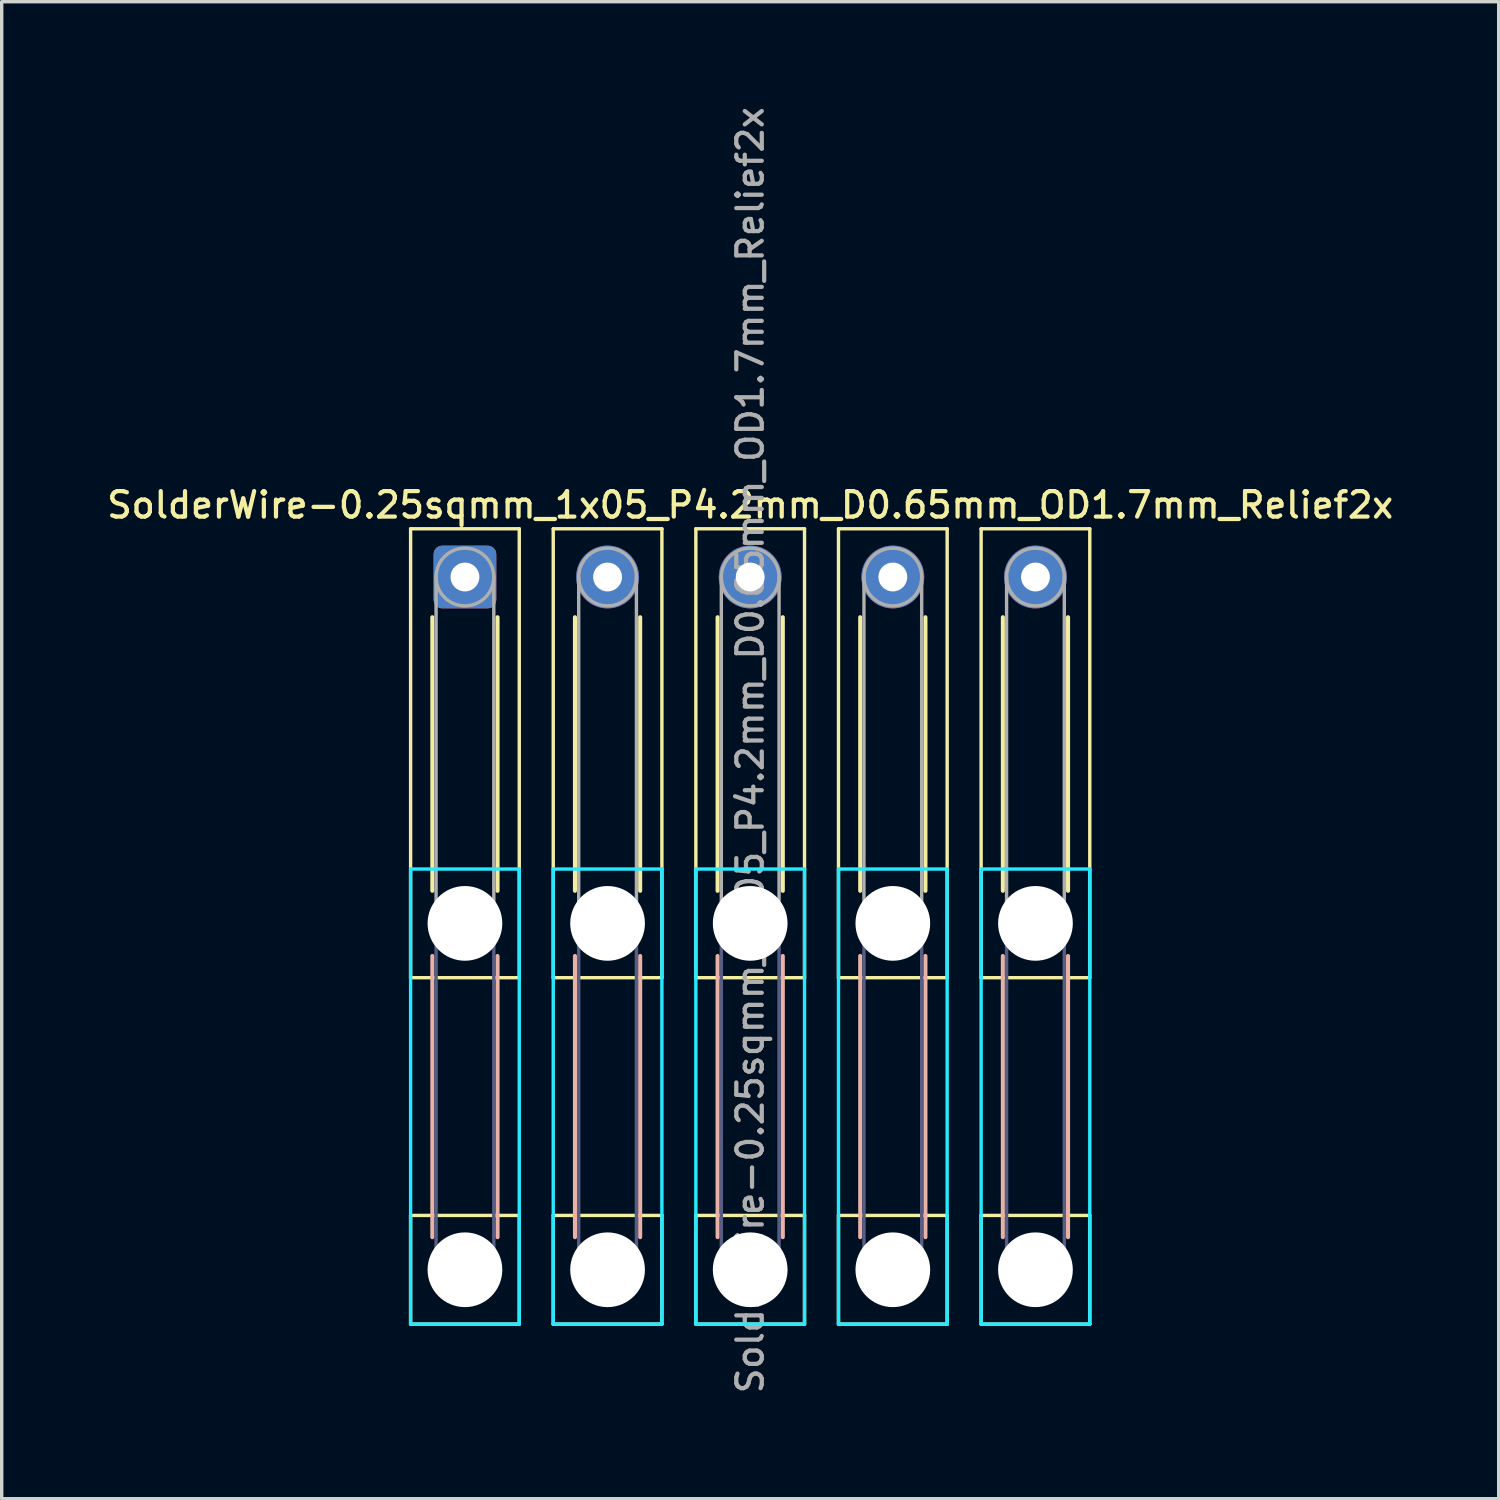
<source format=kicad_pcb>
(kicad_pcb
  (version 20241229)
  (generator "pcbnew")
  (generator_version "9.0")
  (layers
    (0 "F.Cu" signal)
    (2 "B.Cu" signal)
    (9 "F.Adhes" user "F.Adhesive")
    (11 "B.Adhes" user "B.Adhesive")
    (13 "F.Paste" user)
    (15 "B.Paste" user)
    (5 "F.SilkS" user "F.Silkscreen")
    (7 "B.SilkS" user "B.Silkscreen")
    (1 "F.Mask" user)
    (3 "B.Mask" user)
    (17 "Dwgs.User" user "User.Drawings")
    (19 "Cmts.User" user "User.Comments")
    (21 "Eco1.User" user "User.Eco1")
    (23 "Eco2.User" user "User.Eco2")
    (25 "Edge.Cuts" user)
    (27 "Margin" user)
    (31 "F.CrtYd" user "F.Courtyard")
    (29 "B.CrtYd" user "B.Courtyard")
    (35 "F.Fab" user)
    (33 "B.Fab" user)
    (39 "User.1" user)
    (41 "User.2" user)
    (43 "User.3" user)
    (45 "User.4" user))
  (footprint "SolderWire-0.25sqmm_1x05_P4.2mm_D0.65mm_OD1.7mm_Relief2x"
    (layer "F.Cu")
    (at 10.641 13.941)
    (property "Reference" "SolderWire-0.25sqmm_1x05_P4.2mm_D0.65mm_OD1.7mm_Relief2x" (at 8.4 -2.12 0) (layer "F.SilkS") (effects (font (size 0.75 0.75) (thickness 0.125))))
    (attr exclude_from_pos_files exclude_from_bom)
    (fp_line (start -1.6 -1.42) (end -1.6 11.8) (stroke (width 0.1) (type solid)) (layer "F.SilkS"))
    (fp_line (start -1.6 11.8) (end 1.6 11.8) (stroke (width 0.1) (type solid)) (layer "F.SilkS"))
    (fp_line (start -1.6 18.8) (end -1.6 22) (stroke (width 0.1) (type solid)) (layer "F.SilkS"))
    (fp_line (start -1.6 22) (end 1.6 22) (stroke (width 0.1) (type solid)) (layer "F.SilkS"))
    (fp_line (start -0.96 1.185) (end -0.96 9.24) (stroke (width 0.12) (type solid)) (layer "F.SilkS"))
    (fp_line (start 0.96 1.185) (end 0.96 9.24) (stroke (width 0.12) (type solid)) (layer "F.SilkS"))
    (fp_line (start 1.6 -1.42) (end -1.6 -1.42) (stroke (width 0.1) (type solid)) (layer "F.SilkS"))
    (fp_line (start 1.6 11.8) (end 1.6 -1.42) (stroke (width 0.1) (type solid)) (layer "F.SilkS"))
    (fp_line (start 1.6 18.8) (end -1.6 18.8) (stroke (width 0.1) (type solid)) (layer "F.SilkS"))
    (fp_line (start 1.6 22) (end 1.6 18.8) (stroke (width 0.1) (type solid)) (layer "F.SilkS"))
    (fp_line (start 2.6 -1.42) (end 2.6 11.8) (stroke (width 0.1) (type solid)) (layer "F.SilkS"))
    (fp_line (start 2.6 11.8) (end 5.8 11.8) (stroke (width 0.1) (type solid)) (layer "F.SilkS"))
    (fp_line (start 2.6 18.8) (end 2.6 22) (stroke (width 0.1) (type solid)) (layer "F.SilkS"))
    (fp_line (start 2.6 22) (end 5.8 22) (stroke (width 0.1) (type solid)) (layer "F.SilkS"))
    (fp_line (start 3.24 1.185) (end 3.24 9.24) (stroke (width 0.12) (type solid)) (layer "F.SilkS"))
    (fp_line (start 5.16 1.185) (end 5.16 9.24) (stroke (width 0.12) (type solid)) (layer "F.SilkS"))
    (fp_line (start 5.8 -1.42) (end 2.6 -1.42) (stroke (width 0.1) (type solid)) (layer "F.SilkS"))
    (fp_line (start 5.8 11.8) (end 5.8 -1.42) (stroke (width 0.1) (type solid)) (layer "F.SilkS"))
    (fp_line (start 5.8 18.8) (end 2.6 18.8) (stroke (width 0.1) (type solid)) (layer "F.SilkS"))
    (fp_line (start 5.8 22) (end 5.8 18.8) (stroke (width 0.1) (type solid)) (layer "F.SilkS"))
    (fp_line (start 6.8 -1.42) (end 6.8 11.8) (stroke (width 0.1) (type solid)) (layer "F.SilkS"))
    (fp_line (start 6.8 11.8) (end 10 11.8) (stroke (width 0.1) (type solid)) (layer "F.SilkS"))
    (fp_line (start 6.8 18.8) (end 6.8 22) (stroke (width 0.1) (type solid)) (layer "F.SilkS"))
    (fp_line (start 6.8 22) (end 10 22) (stroke (width 0.1) (type solid)) (layer "F.SilkS"))
    (fp_line (start 7.44 1.185) (end 7.44 9.24) (stroke (width 0.12) (type solid)) (layer "F.SilkS"))
    (fp_line (start 9.36 1.185) (end 9.36 9.24) (stroke (width 0.12) (type solid)) (layer "F.SilkS"))
    (fp_line (start 10 -1.42) (end 6.8 -1.42) (stroke (width 0.1) (type solid)) (layer "F.SilkS"))
    (fp_line (start 10 11.8) (end 10 -1.42) (stroke (width 0.1) (type solid)) (layer "F.SilkS"))
    (fp_line (start 10 18.8) (end 6.8 18.8) (stroke (width 0.1) (type solid)) (layer "F.SilkS"))
    (fp_line (start 10 22) (end 10 18.8) (stroke (width 0.1) (type solid)) (layer "F.SilkS"))
    (fp_line (start 11 -1.42) (end 11 11.8) (stroke (width 0.1) (type solid)) (layer "F.SilkS"))
    (fp_line (start 11 11.8) (end 14.2 11.8) (stroke (width 0.1) (type solid)) (layer "F.SilkS"))
    (fp_line (start 11 18.8) (end 11 22) (stroke (width 0.1) (type solid)) (layer "F.SilkS"))
    (fp_line (start 11 22) (end 14.2 22) (stroke (width 0.1) (type solid)) (layer "F.SilkS"))
    (fp_line (start 11.64 1.185) (end 11.64 9.24) (stroke (width 0.12) (type solid)) (layer "F.SilkS"))
    (fp_line (start 13.56 1.185) (end 13.56 9.24) (stroke (width 0.12) (type solid)) (layer "F.SilkS"))
    (fp_line (start 14.2 -1.42) (end 11 -1.42) (stroke (width 0.1) (type solid)) (layer "F.SilkS"))
    (fp_line (start 14.2 11.8) (end 14.2 -1.42) (stroke (width 0.1) (type solid)) (layer "F.SilkS"))
    (fp_line (start 14.2 18.8) (end 11 18.8) (stroke (width 0.1) (type solid)) (layer "F.SilkS"))
    (fp_line (start 14.2 22) (end 14.2 18.8) (stroke (width 0.1) (type solid)) (layer "F.SilkS"))
    (fp_line (start 15.2 -1.42) (end 15.2 11.8) (stroke (width 0.1) (type solid)) (layer "F.SilkS"))
    (fp_line (start 15.2 11.8) (end 18.4 11.8) (stroke (width 0.1) (type solid)) (layer "F.SilkS"))
    (fp_line (start 15.2 18.8) (end 15.2 22) (stroke (width 0.1) (type solid)) (layer "F.SilkS"))
    (fp_line (start 15.2 22) (end 18.4 22) (stroke (width 0.1) (type solid)) (layer "F.SilkS"))
    (fp_line (start 15.84 1.185) (end 15.84 9.24) (stroke (width 0.12) (type solid)) (layer "F.SilkS"))
    (fp_line (start 17.76 1.185) (end 17.76 9.24) (stroke (width 0.12) (type solid)) (layer "F.SilkS"))
    (fp_line (start 18.4 -1.42) (end 15.2 -1.42) (stroke (width 0.1) (type solid)) (layer "F.SilkS"))
    (fp_line (start 18.4 11.8) (end 18.4 -1.42) (stroke (width 0.1) (type solid)) (layer "F.SilkS"))
    (fp_line (start 18.4 18.8) (end 15.2 18.8) (stroke (width 0.1) (type solid)) (layer "F.SilkS"))
    (fp_line (start 18.4 22) (end 18.4 18.8) (stroke (width 0.1) (type solid)) (layer "F.SilkS"))
    (fp_line (start -0.96 11.16) (end -0.96 19.44) (stroke (width 0.12) (type solid)) (layer "B.SilkS"))
    (fp_line (start 0.96 11.16) (end 0.96 19.44) (stroke (width 0.12) (type solid)) (layer "B.SilkS"))
    (fp_line (start 3.24 11.16) (end 3.24 19.44) (stroke (width 0.12) (type solid)) (layer "B.SilkS"))
    (fp_line (start 5.16 11.16) (end 5.16 19.44) (stroke (width 0.12) (type solid)) (layer "B.SilkS"))
    (fp_line (start 7.44 11.16) (end 7.44 19.44) (stroke (width 0.12) (type solid)) (layer "B.SilkS"))
    (fp_line (start 9.36 11.16) (end 9.36 19.44) (stroke (width 0.12) (type solid)) (layer "B.SilkS"))
    (fp_line (start 11.64 11.16) (end 11.64 19.44) (stroke (width 0.12) (type solid)) (layer "B.SilkS"))
    (fp_line (start 13.56 11.16) (end 13.56 19.44) (stroke (width 0.12) (type solid)) (layer "B.SilkS"))
    (fp_line (start 15.84 11.16) (end 15.84 19.44) (stroke (width 0.12) (type solid)) (layer "B.SilkS"))
    (fp_line (start 17.76 11.16) (end 17.76 19.44) (stroke (width 0.12) (type solid)) (layer "B.SilkS"))
    (fp_line (start -1.6 8.6) (end -1.6 22) (stroke (width 0.1) (type solid)) (layer "B.CrtYd"))
    (fp_line (start -1.6 22) (end 1.6 22) (stroke (width 0.1) (type solid)) (layer "B.CrtYd"))
    (fp_line (start 1.6 8.6) (end -1.6 8.6) (stroke (width 0.1) (type solid)) (layer "B.CrtYd"))
    (fp_line (start 1.6 22) (end 1.6 8.6) (stroke (width 0.1) (type solid)) (layer "B.CrtYd"))
    (fp_line (start 2.6 8.6) (end 2.6 22) (stroke (width 0.1) (type solid)) (layer "B.CrtYd"))
    (fp_line (start 2.6 22) (end 5.8 22) (stroke (width 0.1) (type solid)) (layer "B.CrtYd"))
    (fp_line (start 5.8 8.6) (end 2.6 8.6) (stroke (width 0.1) (type solid)) (layer "B.CrtYd"))
    (fp_line (start 5.8 22) (end 5.8 8.6) (stroke (width 0.1) (type solid)) (layer "B.CrtYd"))
    (fp_line (start 6.8 8.6) (end 6.8 22) (stroke (width 0.1) (type solid)) (layer "B.CrtYd"))
    (fp_line (start 6.8 22) (end 10 22) (stroke (width 0.1) (type solid)) (layer "B.CrtYd"))
    (fp_line (start 10 8.6) (end 6.8 8.6) (stroke (width 0.1) (type solid)) (layer "B.CrtYd"))
    (fp_line (start 10 22) (end 10 8.6) (stroke (width 0.1) (type solid)) (layer "B.CrtYd"))
    (fp_line (start 11 8.6) (end 11 22) (stroke (width 0.1) (type solid)) (layer "B.CrtYd"))
    (fp_line (start 11 22) (end 14.2 22) (stroke (width 0.1) (type solid)) (layer "B.CrtYd"))
    (fp_line (start 14.2 8.6) (end 11 8.6) (stroke (width 0.1) (type solid)) (layer "B.CrtYd"))
    (fp_line (start 14.2 22) (end 14.2 8.6) (stroke (width 0.1) (type solid)) (layer "B.CrtYd"))
    (fp_line (start 15.2 8.6) (end 15.2 22) (stroke (width 0.1) (type solid)) (layer "B.CrtYd"))
    (fp_line (start 15.2 22) (end 18.4 22) (stroke (width 0.1) (type solid)) (layer "B.CrtYd"))
    (fp_line (start 18.4 8.6) (end 15.2 8.6) (stroke (width 0.1) (type solid)) (layer "B.CrtYd"))
    (fp_line (start 18.4 22) (end 18.4 8.6) (stroke (width 0.1) (type solid)) (layer "B.CrtYd"))
    (fp_line (start -0.85 10.2) (end -0.85 20.4) (stroke (width 0.1) (type solid)) (layer "B.Fab"))
    (fp_line (start 0.85 10.2) (end 0.85 20.4) (stroke (width 0.1) (type solid)) (layer "B.Fab"))
    (fp_line (start 3.35 10.2) (end 3.35 20.4) (stroke (width 0.1) (type solid)) (layer "B.Fab"))
    (fp_line (start 5.05 10.2) (end 5.05 20.4) (stroke (width 0.1) (type solid)) (layer "B.Fab"))
    (fp_line (start 7.55 10.2) (end 7.55 20.4) (stroke (width 0.1) (type solid)) (layer "B.Fab"))
    (fp_line (start 9.25 10.2) (end 9.25 20.4) (stroke (width 0.1) (type solid)) (layer "B.Fab"))
    (fp_line (start 11.75 10.2) (end 11.75 20.4) (stroke (width 0.1) (type solid)) (layer "B.Fab"))
    (fp_line (start 13.45 10.2) (end 13.45 20.4) (stroke (width 0.1) (type solid)) (layer "B.Fab"))
    (fp_line (start 15.95 10.2) (end 15.95 20.4) (stroke (width 0.1) (type solid)) (layer "B.Fab"))
    (fp_line (start 17.65 10.2) (end 17.65 20.4) (stroke (width 0.1) (type solid)) (layer "B.Fab"))
    (fp_circle (center 0 10.2) (end 0.85 10.2) (stroke (width 0.1) (type solid)) (fill no) (layer "B.Fab"))
    (fp_circle (center 0 20.4) (end 0.85 20.4) (stroke (width 0.1) (type solid)) (fill no) (layer "B.Fab"))
    (fp_circle (center 4.2 10.2) (end 5.05 10.2) (stroke (width 0.1) (type solid)) (fill no) (layer "B.Fab"))
    (fp_circle (center 4.2 20.4) (end 5.05 20.4) (stroke (width 0.1) (type solid)) (fill no) (layer "B.Fab"))
    (fp_circle (center 8.4 10.2) (end 9.25 10.2) (stroke (width 0.1) (type solid)) (fill no) (layer "B.Fab"))
    (fp_circle (center 8.4 20.4) (end 9.25 20.4) (stroke (width 0.1) (type solid)) (fill no) (layer "B.Fab"))
    (fp_circle (center 12.6 10.2) (end 13.45 10.2) (stroke (width 0.1) (type solid)) (fill no) (layer "B.Fab"))
    (fp_circle (center 12.6 20.4) (end 13.45 20.4) (stroke (width 0.1) (type solid)) (fill no) (layer "B.Fab"))
    (fp_circle (center 16.8 10.2) (end 17.65 10.2) (stroke (width 0.1) (type solid)) (fill no) (layer "B.Fab"))
    (fp_circle (center 16.8 20.4) (end 17.65 20.4) (stroke (width 0.1) (type solid)) (fill no) (layer "B.Fab"))
    (fp_line (start -0.85 0) (end -0.85 10.2) (stroke (width 0.1) (type solid)) (layer "F.Fab"))
    (fp_line (start 0.85 0) (end 0.85 10.2) (stroke (width 0.1) (type solid)) (layer "F.Fab"))
    (fp_line (start 3.35 0) (end 3.35 10.2) (stroke (width 0.1) (type solid)) (layer "F.Fab"))
    (fp_line (start 5.05 0) (end 5.05 10.2) (stroke (width 0.1) (type solid)) (layer "F.Fab"))
    (fp_line (start 7.55 0) (end 7.55 10.2) (stroke (width 0.1) (type solid)) (layer "F.Fab"))
    (fp_line (start 9.25 0) (end 9.25 10.2) (stroke (width 0.1) (type solid)) (layer "F.Fab"))
    (fp_line (start 11.75 0) (end 11.75 10.2) (stroke (width 0.1) (type solid)) (layer "F.Fab"))
    (fp_line (start 13.45 0) (end 13.45 10.2) (stroke (width 0.1) (type solid)) (layer "F.Fab"))
    (fp_line (start 15.95 0) (end 15.95 10.2) (stroke (width 0.1) (type solid)) (layer "F.Fab"))
    (fp_line (start 17.65 0) (end 17.65 10.2) (stroke (width 0.1) (type solid)) (layer "F.Fab"))
    (fp_circle (center 0 0) (end 0.85 0) (stroke (width 0.1) (type solid)) (fill no) (layer "F.Fab"))
    (fp_circle (center 0 10.2) (end 0.85 10.2) (stroke (width 0.1) (type solid)) (fill no) (layer "F.Fab"))
    (fp_circle (center 0 20.4) (end 0.85 20.4) (stroke (width 0.1) (type solid)) (fill no) (layer "F.Fab"))
    (fp_circle (center 4.2 0) (end 5.05 0) (stroke (width 0.1) (type solid)) (fill no) (layer "F.Fab"))
    (fp_circle (center 4.2 10.2) (end 5.05 10.2) (stroke (width 0.1) (type solid)) (fill no) (layer "F.Fab"))
    (fp_circle (center 4.2 20.4) (end 5.05 20.4) (stroke (width 0.1) (type solid)) (fill no) (layer "F.Fab"))
    (fp_circle (center 8.4 0) (end 9.25 0) (stroke (width 0.1) (type solid)) (fill no) (layer "F.Fab"))
    (fp_circle (center 8.4 10.2) (end 9.25 10.2) (stroke (width 0.1) (type solid)) (fill no) (layer "F.Fab"))
    (fp_circle (center 8.4 20.4) (end 9.25 20.4) (stroke (width 0.1) (type solid)) (fill no) (layer "F.Fab"))
    (fp_circle (center 12.6 0) (end 13.45 0) (stroke (width 0.1) (type solid)) (fill no) (layer "F.Fab"))
    (fp_circle (center 12.6 10.2) (end 13.45 10.2) (stroke (width 0.1) (type solid)) (fill no) (layer "F.Fab"))
    (fp_circle (center 12.6 20.4) (end 13.45 20.4) (stroke (width 0.1) (type solid)) (fill no) (layer "F.Fab"))
    (fp_circle (center 16.8 0) (end 17.65 0) (stroke (width 0.1) (type solid)) (fill no) (layer "F.Fab"))
    (fp_circle (center 16.8 10.2) (end 17.65 10.2) (stroke (width 0.1) (type solid)) (fill no) (layer "F.Fab"))
    (fp_circle (center 16.8 20.4) (end 17.65 20.4) (stroke (width 0.1) (type solid)) (fill no) (layer "F.Fab"))
    (fp_text user "${REFERENCE}" (at 8.4 5.1 90) (layer "F.Fab") (effects (font (size 0.75 0.75) (thickness 0.125))))
    (pad "" np_thru_hole circle (at 0 10.2) (size 2.2 2.2) (drill 2.2) (layers "*.Cu" "*.Mask"))
    (pad "" np_thru_hole circle (at 0 20.4) (size 2.2 2.2) (drill 2.2) (layers "*.Cu" "*.Mask"))
    (pad "" np_thru_hole circle (at 4.2 10.2) (size 2.2 2.2) (drill 2.2) (layers "*.Cu" "*.Mask"))
    (pad "" np_thru_hole circle (at 4.2 20.4) (size 2.2 2.2) (drill 2.2) (layers "*.Cu" "*.Mask"))
    (pad "" np_thru_hole circle (at 8.4 10.2) (size 2.2 2.2) (drill 2.2) (layers "*.Cu" "*.Mask"))
    (pad "" np_thru_hole circle (at 8.4 20.4) (size 2.2 2.2) (drill 2.2) (layers "*.Cu" "*.Mask"))
    (pad "" np_thru_hole circle (at 12.6 10.2) (size 2.2 2.2) (drill 2.2) (layers "*.Cu" "*.Mask"))
    (pad "" np_thru_hole circle (at 12.6 20.4) (size 2.2 2.2) (drill 2.2) (layers "*.Cu" "*.Mask"))
    (pad "" np_thru_hole circle (at 16.8 10.2) (size 2.2 2.2) (drill 2.2) (layers "*.Cu" "*.Mask"))
    (pad "" np_thru_hole circle (at 16.8 20.4) (size 2.2 2.2) (drill 2.2) (layers "*.Cu" "*.Mask"))
    (pad "1" thru_hole roundrect (at 0 0) (size 1.85 1.85) (drill 0.85) (layers "*.Cu" "*.Mask") (roundrect_rratio 0.135))
    (pad "2" thru_hole circle (at 4.2 0) (size 1.85 1.85) (drill 0.85) (layers "*.Cu" "*.Mask"))
    (pad "3" thru_hole circle (at 8.4 0) (size 1.85 1.85) (drill 0.85) (layers "*.Cu" "*.Mask"))
    (pad "4" thru_hole circle (at 12.6 0) (size 1.85 1.85) (drill 0.85) (layers "*.Cu" "*.Mask"))
    (pad "5" thru_hole circle (at 16.8 0) (size 1.85 1.85) (drill 0.85) (layers "*.Cu" "*.Mask")))
  (gr_rect
    (start -3 -3)
    (end 41.082 41.082)
    (stroke (width 0.1) (type default))
    (fill no)
    (layer "Edge.Cuts")))
</source>
